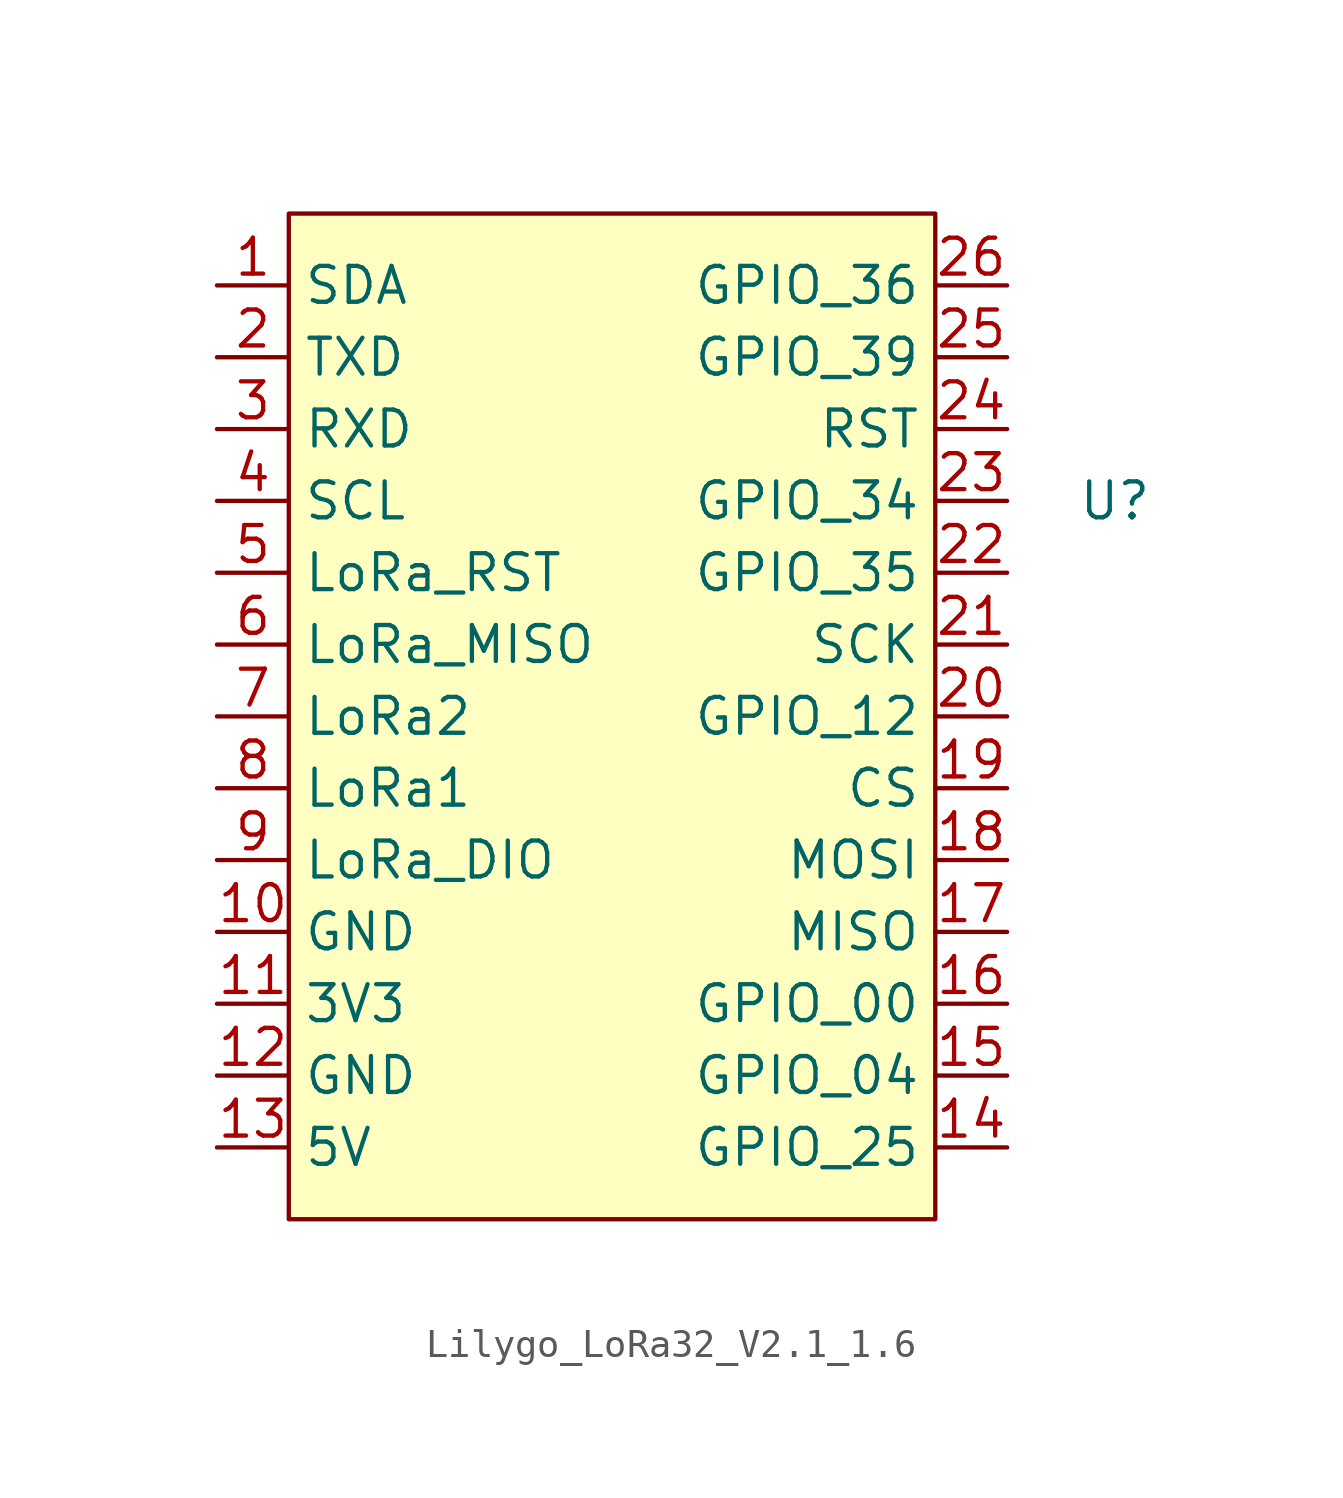
<source format=kicad_sym>
(kicad_symbol_lib
  (version 20220914)
  (generator kicad_symbol_editor)
  (symbol "Lilygo_LoRa32_V2.1_1.6"
    (property "Reference" "U"
      (at 17.78 7.62 0)
      (effects (font (size 1.27 1.27))))
    (property "Value" ""
      (at 17.78 7.62 0)
      (effects (font (size 1.27 1.27))))
    (symbol "Lilygo_LoRa32_V2.1_1.6_0_1"
      (rectangle (start -11.43 17.78) (end 11.43 -17.78) (stroke (width 0) (type default)) (fill (type background))))
    (symbol "Lilygo_LoRa32_V2.1_1.6_1_1"
      (pin bidirectional line (at -13.97 15.24 0) (length 2.54) (name "SDA" (effects (font (size 1.27 1.27)))) (number "1" (effects (font (size 1.27 1.27)))))
      (pin power_in line (at -13.97 -7.62 0) (length 2.54) (name "GND" (effects (font (size 1.27 1.27)))) (number "10" (effects (font (size 1.27 1.27)))))
      (pin power_in line (at -13.97 -10.16 0) (length 2.54) (name "3V3" (effects (font (size 1.27 1.27)))) (number "11" (effects (font (size 1.27 1.27)))))
      (pin power_in line (at -13.97 -12.7 0) (length 2.54) (name "GND" (effects (font (size 1.27 1.27)))) (number "12" (effects (font (size 1.27 1.27)))))
      (pin power_in line (at -13.97 -15.24 0) (length 2.54) (name "5V" (effects (font (size 1.27 1.27)))) (number "13" (effects (font (size 1.27 1.27)))))
      (pin bidirectional line (at 13.97 -15.24 180) (length 2.54) (name "GPIO_25" (effects (font (size 1.27 1.27)))) (number "14" (effects (font (size 1.27 1.27)))))
      (pin bidirectional line (at 13.97 -12.7 180) (length 2.54) (name "GPIO_04" (effects (font (size 1.27 1.27)))) (number "15" (effects (font (size 1.27 1.27)))))
      (pin bidirectional line (at 13.97 -10.16 180) (length 2.54) (name "GPIO_00" (effects (font (size 1.27 1.27)))) (number "16" (effects (font (size 1.27 1.27)))))
      (pin input line (at 13.97 -7.62 180) (length 2.54) (name "MISO" (effects (font (size 1.27 1.27)))) (number "17" (effects (font (size 1.27 1.27)))))
      (pin output line (at 13.97 -5.08 180) (length 2.54) (name "MOSI" (effects (font (size 1.27 1.27)))) (number "18" (effects (font (size 1.27 1.27)))))
      (pin input line (at 13.97 -2.54 180) (length 2.54) (name "CS" (effects (font (size 1.27 1.27)))) (number "19" (effects (font (size 1.27 1.27)))))
      (pin output line (at -13.97 12.7 0) (length 2.54) (name "TXD" (effects (font (size 1.27 1.27)))) (number "2" (effects (font (size 1.27 1.27)))))
      (pin bidirectional line (at 13.97 0 180) (length 2.54) (name "GPIO_12" (effects (font (size 1.27 1.27)))) (number "20" (effects (font (size 1.27 1.27)))))
      (pin output line (at 13.97 2.54 180) (length 2.54) (name "SCK" (effects (font (size 1.27 1.27)))) (number "21" (effects (font (size 1.27 1.27)))))
      (pin bidirectional line (at 13.97 5.08 180) (length 2.54) (name "GPIO_35" (effects (font (size 1.27 1.27)))) (number "22" (effects (font (size 1.27 1.27)))))
      (pin bidirectional line (at 13.97 7.62 180) (length 2.54) (name "GPIO_34" (effects (font (size 1.27 1.27)))) (number "23" (effects (font (size 1.27 1.27)))))
      (pin input line (at 13.97 10.16 180) (length 2.54) (name "RST" (effects (font (size 1.27 1.27)))) (number "24" (effects (font (size 1.27 1.27)))))
      (pin bidirectional line (at 13.97 12.7 180) (length 2.54) (name "GPIO_39" (effects (font (size 1.27 1.27)))) (number "25" (effects (font (size 1.27 1.27)))))
      (pin bidirectional line (at 13.97 15.24 180) (length 2.54) (name "GPIO_36" (effects (font (size 1.27 1.27)))) (number "26" (effects (font (size 1.27 1.27)))))
      (pin input line (at -13.97 10.16 0) (length 2.54) (name "RXD" (effects (font (size 1.27 1.27)))) (number "3" (effects (font (size 1.27 1.27)))))
      (pin bidirectional line (at -13.97 7.62 0) (length 2.54) (name "SCL" (effects (font (size 1.27 1.27)))) (number "4" (effects (font (size 1.27 1.27)))))
      (pin output line (at -13.97 5.08 0) (length 2.54) (name "LoRa_RST" (effects (font (size 1.27 1.27)))) (number "5" (effects (font (size 1.27 1.27)))))
      (pin input line (at -13.97 2.54 0) (length 2.54) (name "LoRa_MISO" (effects (font (size 1.27 1.27)))) (number "6" (effects (font (size 1.27 1.27)))))
      (pin bidirectional line (at -13.97 0 0) (length 2.54) (name "LoRa2" (effects (font (size 1.27 1.27)))) (number "7" (effects (font (size 1.27 1.27)))))
      (pin bidirectional line (at -13.97 -2.54 0) (length 2.54) (name "LoRa1" (effects (font (size 1.27 1.27)))) (number "8" (effects (font (size 1.27 1.27)))))
      (pin bidirectional line (at -13.97 -5.08 0) (length 2.54) (name "LoRa_DIO" (effects (font (size 1.27 1.27)))) (number "9" (effects (font (size 1.27 1.27))))))))
</source>
